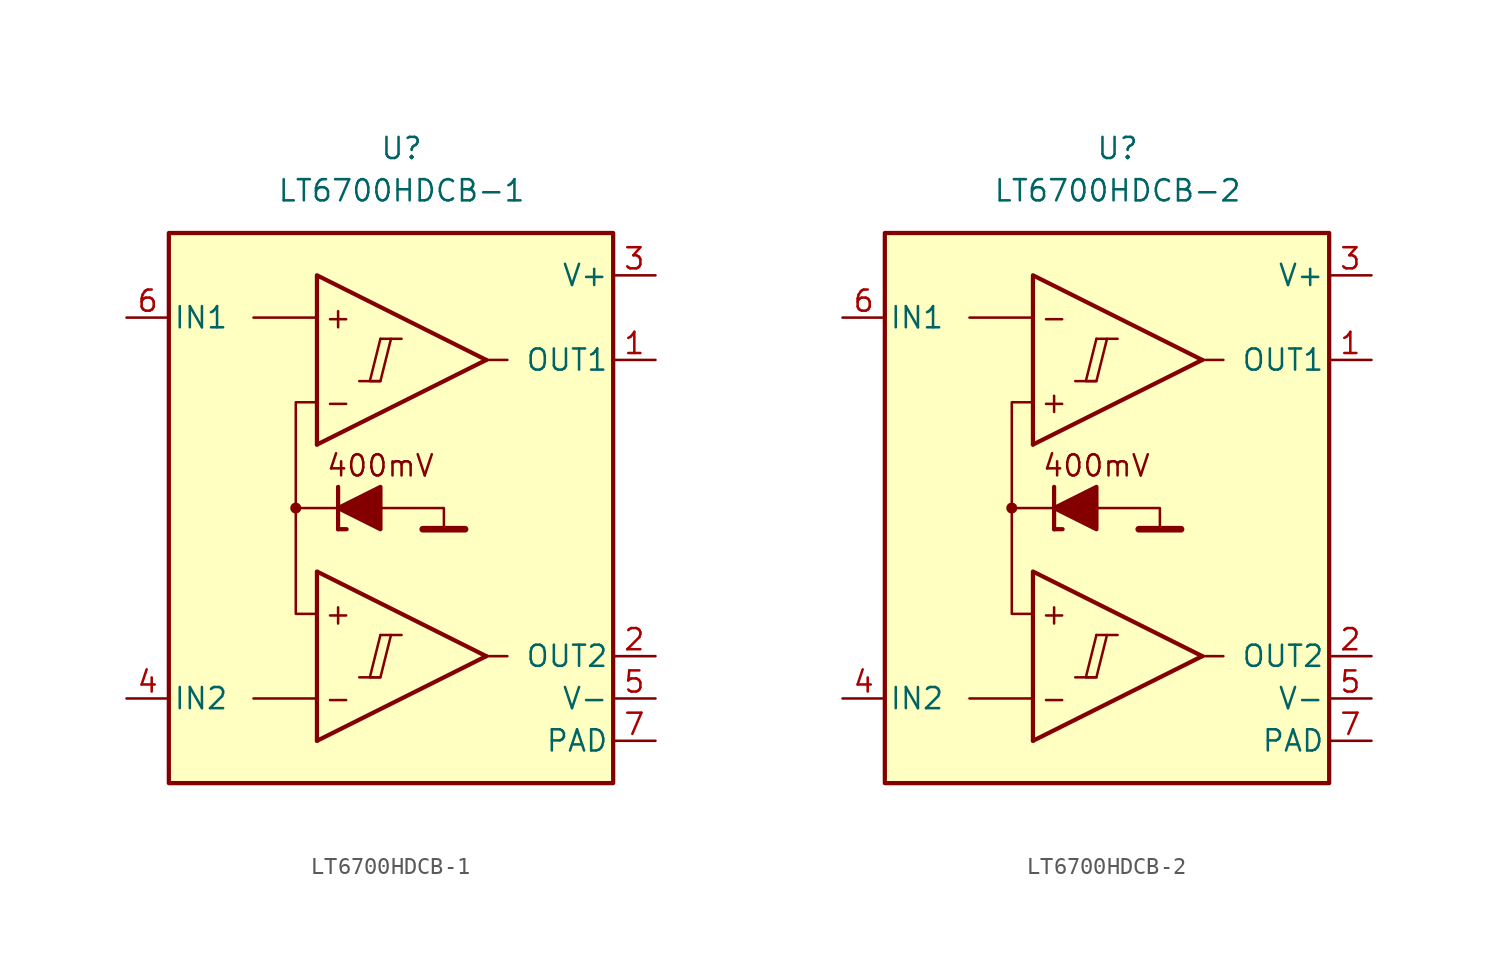
<source format=kicad_sym>
(kicad_symbol_lib
  (version 20231120)
  (generator "kicad_symbol_editor")
  (generator_version "8.0")
  (symbol "LT6700HDCB-1"
    (pin_names
      (offset 0.254))
    (property "Reference" "U"
      (at 0 22.86 0)
      (effects (font (size 1.27 1.27))))
    (property "Value" "LT6700HDCB-1"
      (at 0 20.32 0)
      (effects (font (size 1.27 1.27))))
    (symbol "LT6700HDCB-1_0_0"
      (rectangle (start -13.97 17.78) (end 12.7 -15.24) (stroke (width 0.254) (type default)) (fill (type background)))
      (circle (center -6.35 1.27) (radius 0.254) (stroke (width 0.152) (type default)) (fill (type outline)))
      (polyline (pts (xy -2.54 -8.89) (xy -1.27 -8.89)) (stroke (width 0.152) (type default)) (fill (type none)))
      (polyline (pts (xy -2.54 8.89) (xy -1.27 8.89)) (stroke (width 0.152) (type default)) (fill (type none)))
      (polyline (pts (xy -1.27 -6.35) (xy 0 -6.35)) (stroke (width 0.152) (type default)) (fill (type none)))
      (polyline (pts (xy -1.27 11.43) (xy 0 11.43)) (stroke (width 0.152) (type default)) (fill (type none)))
      (polyline (pts (xy 5.08 -7.62) (xy -5.08 -12.7)) (stroke (width 0.254) (type default)) (fill (type none)))
      (polyline (pts (xy 5.08 10.16) (xy -5.08 5.08)) (stroke (width 0.254) (type default)) (fill (type none)))
      (polyline (pts (xy 5.08 -7.62) (xy -5.08 -2.54) (xy -5.08 -12.7)) (stroke (width 0.254) (type default)) (fill (type background)))
      (polyline (pts (xy 5.08 10.16) (xy -5.08 15.24) (xy -5.08 5.08)) (stroke (width 0.254) (type default)) (fill (type background)))
      (polyline (pts (xy -1.27 -6.35) (xy -1.905 -8.89) (xy -1.27 -8.89) (xy -0.635 -6.35)) (stroke (width 0.152) (type default)) (fill (type none)))
      (polyline (pts (xy -1.27 11.43) (xy -1.905 8.89) (xy -1.27 8.89) (xy -0.635 11.43)) (stroke (width 0.152) (type default)) (fill (type none)))
      (text "+" (at -3.81 -5.08 0) (effects (font (size 1.27 1.27))))
      (text "+" (at -3.81 12.7 0) (effects (font (size 1.27 1.27))))
      (text "-" (at -3.81 -10.16 0) (effects (font (size 1.27 1.27))))
      (text "-" (at -3.81 7.62 0) (effects (font (size 1.27 1.27)))))
    (symbol "LT6700HDCB-1_0_1"
      (polyline (pts (xy -5.08 -10.16) (xy -8.89 -10.16)) (stroke (width 0) (type default)) (fill (type none)))
      (polyline (pts (xy -5.08 12.7) (xy -8.89 12.7)) (stroke (width 0) (type default)) (fill (type none)))
      (polyline (pts (xy -3.81 0) (xy -3.81 2.54)) (stroke (width 0.254) (type default)) (fill (type none)))
      (polyline (pts (xy -3.81 0) (xy -3.302 0)) (stroke (width 0.254) (type default)) (fill (type none)))
      (polyline (pts (xy -3.81 1.27) (xy -6.35 1.27)) (stroke (width 0.152) (type default)) (fill (type none)))
      (polyline (pts (xy 1.27 0) (xy 3.81 0)) (stroke (width 0.4) (type default)) (fill (type none)))
      (polyline (pts (xy 5.08 -7.62) (xy 6.35 -7.62)) (stroke (width 0) (type default)) (fill (type none)))
      (polyline (pts (xy 5.08 10.16) (xy 6.35 10.16)) (stroke (width 0) (type default)) (fill (type none)))
      (polyline (pts (xy -1.27 1.27) (xy 2.54 1.27) (xy 2.54 0)) (stroke (width 0.152) (type default)) (fill (type none)))
      (polyline (pts (xy -5.08 -5.08) (xy -6.35 -5.08) (xy -6.35 7.62) (xy -5.08 7.62)) (stroke (width 0.152) (type default)) (fill (type none)))
      (polyline (pts (xy -1.27 2.54) (xy -1.27 0) (xy -3.81 1.27) (xy -1.27 2.54)) (stroke (width 0.254) (type default)) (fill (type outline))))
    (symbol "LT6700HDCB-1_1_0"
      (text "400mV" (at -1.27 3.81 0) (effects (font (size 1.27 1.27)))))
    (symbol "LT6700HDCB-1_1_1"
      (pin output line (at 15.24 10.16 180) (length 2.54) (name "OUT1" (effects (font (size 1.27 1.27)))) (number "1" (effects (font (size 1.27 1.27)))))
      (pin output line (at 15.24 -7.62 180) (length 2.54) (name "OUT2" (effects (font (size 1.27 1.27)))) (number "2" (effects (font (size 1.27 1.27)))))
      (pin power_in line (at 15.24 15.24 180) (length 2.54) (name "V+" (effects (font (size 1.27 1.27)))) (number "3" (effects (font (size 1.27 1.27)))))
      (pin input line (at -16.51 -10.16 0) (length 2.54) (name "IN2" (effects (font (size 1.27 1.27)))) (number "4" (effects (font (size 1.27 1.27)))))
      (pin power_in line (at 15.24 -10.16 180) (length 2.54) (name "V-" (effects (font (size 1.27 1.27)))) (number "5" (effects (font (size 1.27 1.27)))))
      (pin input line (at -16.51 12.7 0) (length 2.54) (name "IN1" (effects (font (size 1.27 1.27)))) (number "6" (effects (font (size 1.27 1.27)))))
      (pin power_in line (at 15.24 -12.7 180) (length 2.54) (name "PAD" (effects (font (size 1.27 1.27)))) (number "7" (effects (font (size 1.27 1.27)))))))
  (symbol "LT6700HDCB-2"
    (pin_names
      (offset 0.254))
    (property "Reference" "U"
      (at 0 22.86 0)
      (effects (font (size 1.27 1.27))))
    (property "Value" "LT6700HDCB-2"
      (at 0 20.32 0)
      (effects (font (size 1.27 1.27))))
    (symbol "LT6700HDCB-2_0_0"
      (rectangle (start -13.97 17.78) (end 12.7 -15.24) (stroke (width 0.254) (type default)) (fill (type background)))
      (circle (center -6.35 1.27) (radius 0.254) (stroke (width 0.152) (type default)) (fill (type outline)))
      (polyline (pts (xy -2.54 -8.89) (xy -1.27 -8.89)) (stroke (width 0.152) (type default)) (fill (type none)))
      (polyline (pts (xy -2.54 8.89) (xy -1.27 8.89)) (stroke (width 0.152) (type default)) (fill (type none)))
      (polyline (pts (xy -1.27 -6.35) (xy 0 -6.35)) (stroke (width 0.152) (type default)) (fill (type none)))
      (polyline (pts (xy -1.27 11.43) (xy 0 11.43)) (stroke (width 0.152) (type default)) (fill (type none)))
      (polyline (pts (xy 5.08 -7.62) (xy -5.08 -12.7)) (stroke (width 0.254) (type default)) (fill (type none)))
      (polyline (pts (xy 5.08 10.16) (xy -5.08 5.08)) (stroke (width 0.254) (type default)) (fill (type none)))
      (polyline (pts (xy 5.08 -7.62) (xy -5.08 -2.54) (xy -5.08 -12.7)) (stroke (width 0.254) (type default)) (fill (type background)))
      (polyline (pts (xy 5.08 10.16) (xy -5.08 15.24) (xy -5.08 5.08)) (stroke (width 0.254) (type default)) (fill (type background)))
      (polyline (pts (xy -1.27 -6.35) (xy -1.905 -8.89) (xy -1.27 -8.89) (xy -0.635 -6.35)) (stroke (width 0.152) (type default)) (fill (type none)))
      (polyline (pts (xy -1.27 11.43) (xy -1.905 8.89) (xy -1.27 8.89) (xy -0.635 11.43)) (stroke (width 0.152) (type default)) (fill (type none)))
      (text "+" (at -3.81 -5.08 0) (effects (font (size 1.27 1.27))))
      (text "+" (at -3.81 7.62 0) (effects (font (size 1.27 1.27))))
      (text "-" (at -3.81 -10.16 0) (effects (font (size 1.27 1.27))))
      (text "-" (at -3.81 12.7 0) (effects (font (size 1.27 1.27)))))
    (symbol "LT6700HDCB-2_0_1"
      (polyline (pts (xy -5.08 -10.16) (xy -8.89 -10.16)) (stroke (width 0) (type default)) (fill (type none)))
      (polyline (pts (xy -5.08 12.7) (xy -8.89 12.7)) (stroke (width 0) (type default)) (fill (type none)))
      (polyline (pts (xy -3.81 0) (xy -3.81 2.54)) (stroke (width 0.254) (type default)) (fill (type none)))
      (polyline (pts (xy -3.81 0) (xy -3.302 0)) (stroke (width 0.254) (type default)) (fill (type none)))
      (polyline (pts (xy -3.81 1.27) (xy -6.35 1.27)) (stroke (width 0.152) (type default)) (fill (type none)))
      (polyline (pts (xy 1.27 0) (xy 3.81 0)) (stroke (width 0.4) (type default)) (fill (type none)))
      (polyline (pts (xy 5.08 -7.62) (xy 6.35 -7.62)) (stroke (width 0) (type default)) (fill (type none)))
      (polyline (pts (xy 5.08 10.16) (xy 6.35 10.16)) (stroke (width 0) (type default)) (fill (type none)))
      (polyline (pts (xy -1.27 1.27) (xy 2.54 1.27) (xy 2.54 0)) (stroke (width 0.152) (type default)) (fill (type none)))
      (polyline (pts (xy -5.08 -5.08) (xy -6.35 -5.08) (xy -6.35 7.62) (xy -5.08 7.62)) (stroke (width 0.152) (type default)) (fill (type none)))
      (polyline (pts (xy -1.27 2.54) (xy -1.27 0) (xy -3.81 1.27) (xy -1.27 2.54)) (stroke (width 0.254) (type default)) (fill (type outline))))
    (symbol "LT6700HDCB-2_1_0"
      (text "400mV" (at -1.27 3.81 0) (effects (font (size 1.27 1.27)))))
    (symbol "LT6700HDCB-2_1_1"
      (pin output line (at 15.24 10.16 180) (length 2.54) (name "OUT1" (effects (font (size 1.27 1.27)))) (number "1" (effects (font (size 1.27 1.27)))))
      (pin output line (at 15.24 -7.62 180) (length 2.54) (name "OUT2" (effects (font (size 1.27 1.27)))) (number "2" (effects (font (size 1.27 1.27)))))
      (pin power_in line (at 15.24 15.24 180) (length 2.54) (name "V+" (effects (font (size 1.27 1.27)))) (number "3" (effects (font (size 1.27 1.27)))))
      (pin input line (at -16.51 -10.16 0) (length 2.54) (name "IN2" (effects (font (size 1.27 1.27)))) (number "4" (effects (font (size 1.27 1.27)))))
      (pin power_in line (at 15.24 -10.16 180) (length 2.54) (name "V-" (effects (font (size 1.27 1.27)))) (number "5" (effects (font (size 1.27 1.27)))))
      (pin input line (at -16.51 12.7 0) (length 2.54) (name "IN1" (effects (font (size 1.27 1.27)))) (number "6" (effects (font (size 1.27 1.27)))))
      (pin power_in line (at 15.24 -12.7 180) (length 2.54) (name "PAD" (effects (font (size 1.27 1.27)))) (number "7" (effects (font (size 1.27 1.27))))))))
</source>
